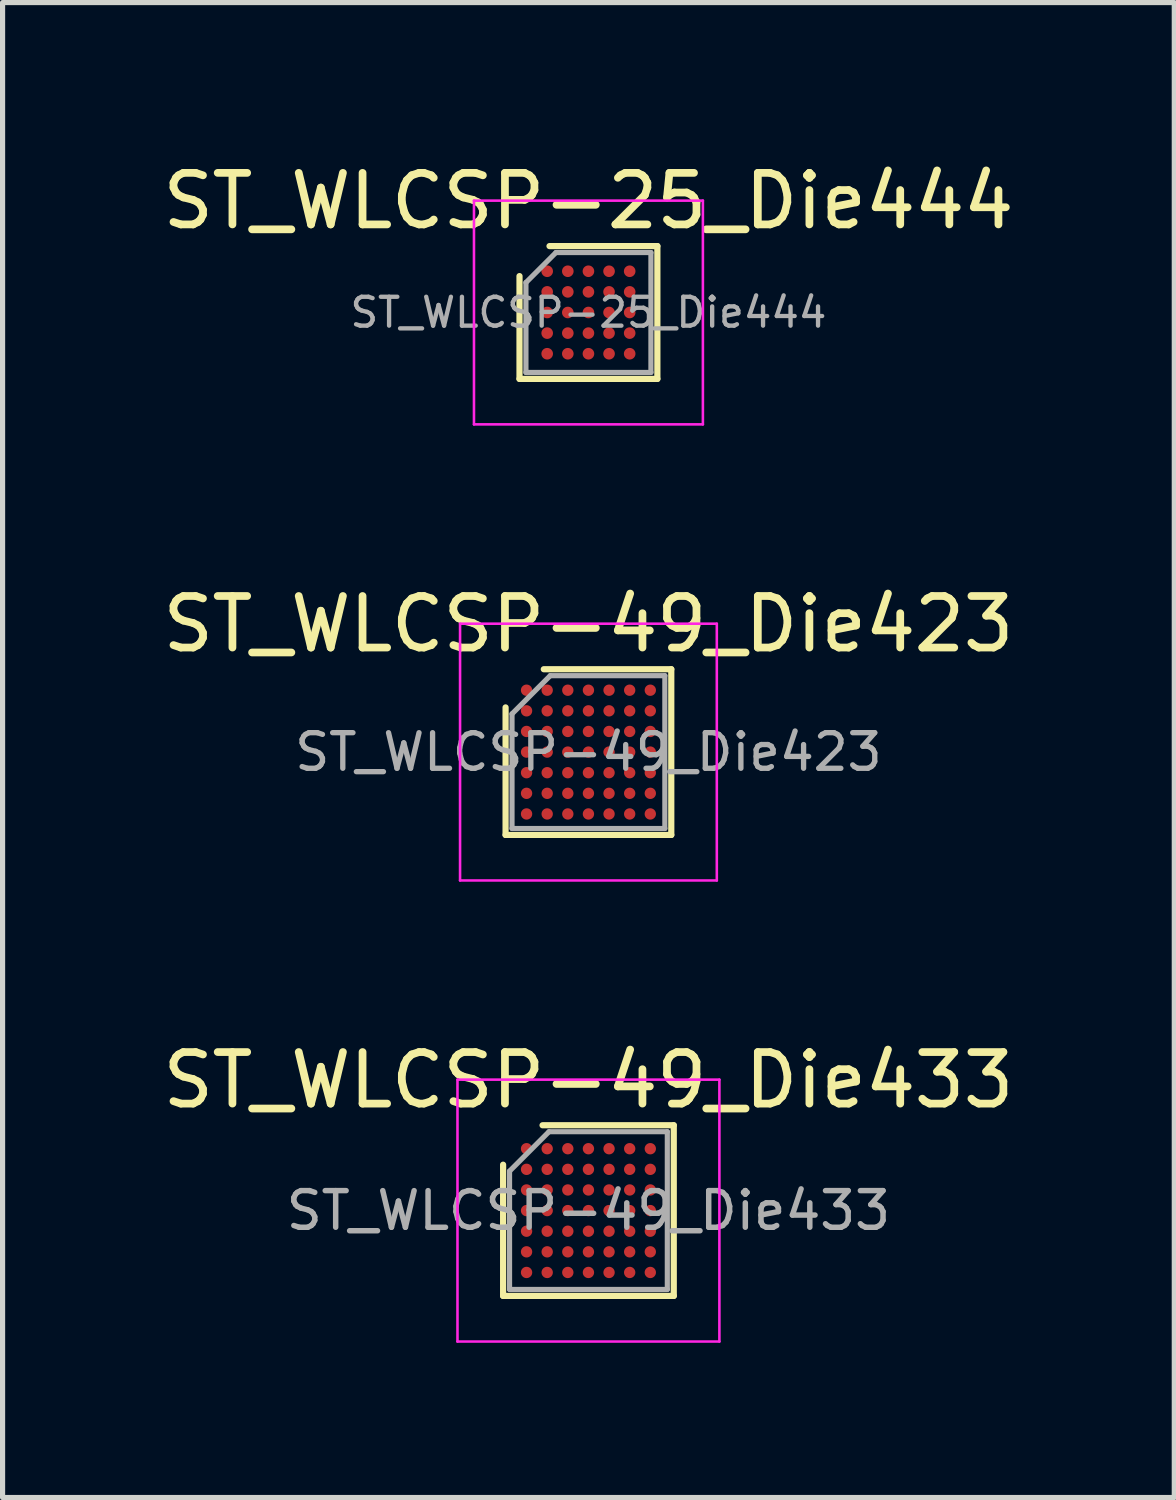
<source format=kicad_pcb>
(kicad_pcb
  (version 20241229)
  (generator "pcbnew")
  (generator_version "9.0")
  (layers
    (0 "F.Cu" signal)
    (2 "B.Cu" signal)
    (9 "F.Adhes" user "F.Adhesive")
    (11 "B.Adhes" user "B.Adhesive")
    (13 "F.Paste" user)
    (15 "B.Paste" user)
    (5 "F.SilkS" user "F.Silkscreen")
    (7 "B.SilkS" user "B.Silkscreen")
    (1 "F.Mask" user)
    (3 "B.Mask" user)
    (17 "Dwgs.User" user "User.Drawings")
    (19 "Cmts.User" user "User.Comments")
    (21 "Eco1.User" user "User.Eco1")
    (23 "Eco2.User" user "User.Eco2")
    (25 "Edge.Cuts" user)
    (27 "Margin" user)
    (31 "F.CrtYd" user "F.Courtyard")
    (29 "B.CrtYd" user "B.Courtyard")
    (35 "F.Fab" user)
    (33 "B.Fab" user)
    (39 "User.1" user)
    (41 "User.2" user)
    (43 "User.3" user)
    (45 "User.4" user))
  (footprint "ST_WLCSP-25_Die444"
    (layer "F.Cu")
    (at 8.363 3.011)
    (property "Reference" "ST_WLCSP-25_Die444" (at 0 -2.163 0) (layer "F.SilkS") (effects (font (size 1 1) (thickness 0.15))))
    (attr smd)
    (fp_line (start -1.337 1.288) (end -1.337 -0.706) (stroke (width 0.12) (type solid)) (layer "F.SilkS"))
    (fp_line (start -0.755 -1.288) (end 1.337 -1.288) (stroke (width 0.12) (type solid)) (layer "F.SilkS"))
    (fp_line (start 1.337 -1.288) (end 1.337 1.288) (stroke (width 0.12) (type solid)) (layer "F.SilkS"))
    (fp_line (start 1.337 1.288) (end -1.337 1.288) (stroke (width 0.12) (type solid)) (layer "F.SilkS"))
    (fp_line (start -2.22 -2.17) (end -2.22 2.17) (stroke (width 0.05) (type solid)) (layer "F.CrtYd"))
    (fp_line (start -2.22 2.17) (end 2.22 2.17) (stroke (width 0.05) (type solid)) (layer "F.CrtYd"))
    (fp_line (start 2.22 -2.17) (end -2.22 -2.17) (stroke (width 0.05) (type solid)) (layer "F.CrtYd"))
    (fp_line (start 2.22 2.17) (end 2.22 -2.17) (stroke (width 0.05) (type solid)) (layer "F.CrtYd"))
    (fp_line (start -1.212 -0.581) (end -0.63 -1.163) (stroke (width 0.1) (type solid)) (layer "F.Fab"))
    (fp_line (start -1.212 1.163) (end -1.212 -0.581) (stroke (width 0.1) (type solid)) (layer "F.Fab"))
    (fp_line (start -0.63 -1.163) (end 1.212 -1.163) (stroke (width 0.1) (type solid)) (layer "F.Fab"))
    (fp_line (start 1.212 -1.163) (end 1.212 1.163) (stroke (width 0.1) (type solid)) (layer "F.Fab"))
    (fp_line (start 1.212 1.163) (end -1.212 1.163) (stroke (width 0.1) (type solid)) (layer "F.Fab"))
    (fp_text user "${REFERENCE}" (at 0 0 0) (layer "F.Fab") (effects (font (size 0.56 0.56) (thickness 0.084))))
    (pad "A1" smd circle (at -0.8 -0.8) (size 0.225 0.225) (layers "F.Cu" "F.Mask" "F.Paste"))
    (pad "A2" smd circle (at -0.4 -0.8) (size 0.225 0.225) (layers "F.Cu" "F.Mask" "F.Paste"))
    (pad "A3" smd circle (at 0 -0.8) (size 0.225 0.225) (layers "F.Cu" "F.Mask" "F.Paste"))
    (pad "A4" smd circle (at 0.4 -0.8) (size 0.225 0.225) (layers "F.Cu" "F.Mask" "F.Paste"))
    (pad "A5" smd circle (at 0.8 -0.8) (size 0.225 0.225) (layers "F.Cu" "F.Mask" "F.Paste"))
    (pad "B1" smd circle (at -0.8 -0.4) (size 0.225 0.225) (layers "F.Cu" "F.Mask" "F.Paste"))
    (pad "B2" smd circle (at -0.4 -0.4) (size 0.225 0.225) (layers "F.Cu" "F.Mask" "F.Paste"))
    (pad "B3" smd circle (at 0 -0.4) (size 0.225 0.225) (layers "F.Cu" "F.Mask" "F.Paste"))
    (pad "B4" smd circle (at 0.4 -0.4) (size 0.225 0.225) (layers "F.Cu" "F.Mask" "F.Paste"))
    (pad "B5" smd circle (at 0.8 -0.4) (size 0.225 0.225) (layers "F.Cu" "F.Mask" "F.Paste"))
    (pad "C1" smd circle (at -0.8 0) (size 0.225 0.225) (layers "F.Cu" "F.Mask" "F.Paste"))
    (pad "C2" smd circle (at -0.4 0) (size 0.225 0.225) (layers "F.Cu" "F.Mask" "F.Paste"))
    (pad "C3" smd circle (at 0 0) (size 0.225 0.225) (layers "F.Cu" "F.Mask" "F.Paste"))
    (pad "C4" smd circle (at 0.4 0) (size 0.225 0.225) (layers "F.Cu" "F.Mask" "F.Paste"))
    (pad "C5" smd circle (at 0.8 0) (size 0.225 0.225) (layers "F.Cu" "F.Mask" "F.Paste"))
    (pad "D1" smd circle (at -0.8 0.4) (size 0.225 0.225) (layers "F.Cu" "F.Mask" "F.Paste"))
    (pad "D2" smd circle (at -0.4 0.4) (size 0.225 0.225) (layers "F.Cu" "F.Mask" "F.Paste"))
    (pad "D3" smd circle (at 0 0.4) (size 0.225 0.225) (layers "F.Cu" "F.Mask" "F.Paste"))
    (pad "D4" smd circle (at 0.4 0.4) (size 0.225 0.225) (layers "F.Cu" "F.Mask" "F.Paste"))
    (pad "D5" smd circle (at 0.8 0.4) (size 0.225 0.225) (layers "F.Cu" "F.Mask" "F.Paste"))
    (pad "E1" smd circle (at -0.8 0.8) (size 0.225 0.225) (layers "F.Cu" "F.Mask" "F.Paste"))
    (pad "E2" smd circle (at -0.4 0.8) (size 0.225 0.225) (layers "F.Cu" "F.Mask" "F.Paste"))
    (pad "E3" smd circle (at 0 0.8) (size 0.225 0.225) (layers "F.Cu" "F.Mask" "F.Paste"))
    (pad "E4" smd circle (at 0.4 0.8) (size 0.225 0.225) (layers "F.Cu" "F.Mask" "F.Paste"))
    (pad "E5" smd circle (at 0.8 0.8) (size 0.225 0.225) (layers "F.Cu" "F.Mask" "F.Paste")))
  (footprint "ST_WLCSP-49_Die433"
    (layer "F.Cu")
    (at 8.363 20.43)
    (property "Reference" "ST_WLCSP-49_Die433" (at 0 -2.53 0) (layer "F.SilkS") (effects (font (size 1 1) (thickness 0.15))))
    (attr smd)
    (fp_line (start -1.655 1.655) (end -1.655 -0.89) (stroke (width 0.12) (type solid)) (layer "F.SilkS"))
    (fp_line (start -0.89 -1.655) (end 1.655 -1.655) (stroke (width 0.12) (type solid)) (layer "F.SilkS"))
    (fp_line (start 1.655 -1.655) (end 1.655 1.655) (stroke (width 0.12) (type solid)) (layer "F.SilkS"))
    (fp_line (start 1.655 1.655) (end -1.655 1.655) (stroke (width 0.12) (type solid)) (layer "F.SilkS"))
    (fp_line (start -2.54 -2.54) (end -2.54 2.54) (stroke (width 0.05) (type solid)) (layer "F.CrtYd"))
    (fp_line (start -2.54 2.54) (end 2.54 2.54) (stroke (width 0.05) (type solid)) (layer "F.CrtYd"))
    (fp_line (start 2.54 -2.54) (end -2.54 -2.54) (stroke (width 0.05) (type solid)) (layer "F.CrtYd"))
    (fp_line (start 2.54 2.54) (end 2.54 -2.54) (stroke (width 0.05) (type solid)) (layer "F.CrtYd"))
    (fp_line (start -1.53 -0.765) (end -0.765 -1.53) (stroke (width 0.1) (type solid)) (layer "F.Fab"))
    (fp_line (start -1.53 1.53) (end -1.53 -0.765) (stroke (width 0.1) (type solid)) (layer "F.Fab"))
    (fp_line (start -0.765 -1.53) (end 1.53 -1.53) (stroke (width 0.1) (type solid)) (layer "F.Fab"))
    (fp_line (start 1.53 -1.53) (end 1.53 1.53) (stroke (width 0.1) (type solid)) (layer "F.Fab"))
    (fp_line (start 1.53 1.53) (end -1.53 1.53) (stroke (width 0.1) (type solid)) (layer "F.Fab"))
    (fp_text user "${REFERENCE}" (at 0 0 0) (layer "F.Fab") (effects (font (size 0.71 0.71) (thickness 0.106))))
    (pad "A1" smd circle (at -1.2 -1.2) (size 0.22 0.22) (layers "F.Cu" "F.Mask" "F.Paste"))
    (pad "A2" smd circle (at -0.8 -1.2) (size 0.22 0.22) (layers "F.Cu" "F.Mask" "F.Paste"))
    (pad "A3" smd circle (at -0.4 -1.2) (size 0.22 0.22) (layers "F.Cu" "F.Mask" "F.Paste"))
    (pad "A4" smd circle (at 0 -1.2) (size 0.22 0.22) (layers "F.Cu" "F.Mask" "F.Paste"))
    (pad "A5" smd circle (at 0.4 -1.2) (size 0.22 0.22) (layers "F.Cu" "F.Mask" "F.Paste"))
    (pad "A6" smd circle (at 0.8 -1.2) (size 0.22 0.22) (layers "F.Cu" "F.Mask" "F.Paste"))
    (pad "A7" smd circle (at 1.2 -1.2) (size 0.22 0.22) (layers "F.Cu" "F.Mask" "F.Paste"))
    (pad "B1" smd circle (at -1.2 -0.8) (size 0.22 0.22) (layers "F.Cu" "F.Mask" "F.Paste"))
    (pad "B2" smd circle (at -0.8 -0.8) (size 0.22 0.22) (layers "F.Cu" "F.Mask" "F.Paste"))
    (pad "B3" smd circle (at -0.4 -0.8) (size 0.22 0.22) (layers "F.Cu" "F.Mask" "F.Paste"))
    (pad "B4" smd circle (at 0 -0.8) (size 0.22 0.22) (layers "F.Cu" "F.Mask" "F.Paste"))
    (pad "B5" smd circle (at 0.4 -0.8) (size 0.22 0.22) (layers "F.Cu" "F.Mask" "F.Paste"))
    (pad "B6" smd circle (at 0.8 -0.8) (size 0.22 0.22) (layers "F.Cu" "F.Mask" "F.Paste"))
    (pad "B7" smd circle (at 1.2 -0.8) (size 0.22 0.22) (layers "F.Cu" "F.Mask" "F.Paste"))
    (pad "C1" smd circle (at -1.2 -0.4) (size 0.22 0.22) (layers "F.Cu" "F.Mask" "F.Paste"))
    (pad "C2" smd circle (at -0.8 -0.4) (size 0.22 0.22) (layers "F.Cu" "F.Mask" "F.Paste"))
    (pad "C3" smd circle (at -0.4 -0.4) (size 0.22 0.22) (layers "F.Cu" "F.Mask" "F.Paste"))
    (pad "C4" smd circle (at 0 -0.4) (size 0.22 0.22) (layers "F.Cu" "F.Mask" "F.Paste"))
    (pad "C5" smd circle (at 0.4 -0.4) (size 0.22 0.22) (layers "F.Cu" "F.Mask" "F.Paste"))
    (pad "C6" smd circle (at 0.8 -0.4) (size 0.22 0.22) (layers "F.Cu" "F.Mask" "F.Paste"))
    (pad "C7" smd circle (at 1.2 -0.4) (size 0.22 0.22) (layers "F.Cu" "F.Mask" "F.Paste"))
    (pad "D1" smd circle (at -1.2 0) (size 0.22 0.22) (layers "F.Cu" "F.Mask" "F.Paste"))
    (pad "D2" smd circle (at -0.8 0) (size 0.22 0.22) (layers "F.Cu" "F.Mask" "F.Paste"))
    (pad "D3" smd circle (at -0.4 0) (size 0.22 0.22) (layers "F.Cu" "F.Mask" "F.Paste"))
    (pad "D4" smd circle (at 0 0) (size 0.22 0.22) (layers "F.Cu" "F.Mask" "F.Paste"))
    (pad "D5" smd circle (at 0.4 0) (size 0.22 0.22) (layers "F.Cu" "F.Mask" "F.Paste"))
    (pad "D6" smd circle (at 0.8 0) (size 0.22 0.22) (layers "F.Cu" "F.Mask" "F.Paste"))
    (pad "D7" smd circle (at 1.2 0) (size 0.22 0.22) (layers "F.Cu" "F.Mask" "F.Paste"))
    (pad "E1" smd circle (at -1.2 0.4) (size 0.22 0.22) (layers "F.Cu" "F.Mask" "F.Paste"))
    (pad "E2" smd circle (at -0.8 0.4) (size 0.22 0.22) (layers "F.Cu" "F.Mask" "F.Paste"))
    (pad "E3" smd circle (at -0.4 0.4) (size 0.22 0.22) (layers "F.Cu" "F.Mask" "F.Paste"))
    (pad "E4" smd circle (at 0 0.4) (size 0.22 0.22) (layers "F.Cu" "F.Mask" "F.Paste"))
    (pad "E5" smd circle (at 0.4 0.4) (size 0.22 0.22) (layers "F.Cu" "F.Mask" "F.Paste"))
    (pad "E6" smd circle (at 0.8 0.4) (size 0.22 0.22) (layers "F.Cu" "F.Mask" "F.Paste"))
    (pad "E7" smd circle (at 1.2 0.4) (size 0.22 0.22) (layers "F.Cu" "F.Mask" "F.Paste"))
    (pad "F1" smd circle (at -1.2 0.8) (size 0.22 0.22) (layers "F.Cu" "F.Mask" "F.Paste"))
    (pad "F2" smd circle (at -0.8 0.8) (size 0.22 0.22) (layers "F.Cu" "F.Mask" "F.Paste"))
    (pad "F3" smd circle (at -0.4 0.8) (size 0.22 0.22) (layers "F.Cu" "F.Mask" "F.Paste"))
    (pad "F4" smd circle (at 0 0.8) (size 0.22 0.22) (layers "F.Cu" "F.Mask" "F.Paste"))
    (pad "F5" smd circle (at 0.4 0.8) (size 0.22 0.22) (layers "F.Cu" "F.Mask" "F.Paste"))
    (pad "F6" smd circle (at 0.8 0.8) (size 0.22 0.22) (layers "F.Cu" "F.Mask" "F.Paste"))
    (pad "F7" smd circle (at 1.2 0.8) (size 0.22 0.22) (layers "F.Cu" "F.Mask" "F.Paste"))
    (pad "G1" smd circle (at -1.2 1.2) (size 0.22 0.22) (layers "F.Cu" "F.Mask" "F.Paste"))
    (pad "G2" smd circle (at -0.8 1.2) (size 0.22 0.22) (layers "F.Cu" "F.Mask" "F.Paste"))
    (pad "G3" smd circle (at -0.4 1.2) (size 0.22 0.22) (layers "F.Cu" "F.Mask" "F.Paste"))
    (pad "G4" smd circle (at 0 1.2) (size 0.22 0.22) (layers "F.Cu" "F.Mask" "F.Paste"))
    (pad "G5" smd circle (at 0.4 1.2) (size 0.22 0.22) (layers "F.Cu" "F.Mask" "F.Paste"))
    (pad "G6" smd circle (at 0.8 1.2) (size 0.22 0.22) (layers "F.Cu" "F.Mask" "F.Paste"))
    (pad "G7" smd circle (at 1.2 1.2) (size 0.22 0.22) (layers "F.Cu" "F.Mask" "F.Paste")))
  (footprint "ST_WLCSP-49_Die423"
    (layer "F.Cu")
    (at 8.363 11.537)
    (property "Reference" "ST_WLCSP-49_Die423" (at 0 -2.482 0) (layer "F.SilkS") (effects (font (size 1 1) (thickness 0.15))))
    (attr smd)
    (fp_line (start -1.607 1.607) (end -1.607 -0.866) (stroke (width 0.12) (type solid)) (layer "F.SilkS"))
    (fp_line (start -0.866 -1.607) (end 1.607 -1.607) (stroke (width 0.12) (type solid)) (layer "F.SilkS"))
    (fp_line (start 1.607 -1.607) (end 1.607 1.607) (stroke (width 0.12) (type solid)) (layer "F.SilkS"))
    (fp_line (start 1.607 1.607) (end -1.607 1.607) (stroke (width 0.12) (type solid)) (layer "F.SilkS"))
    (fp_line (start -2.49 -2.49) (end -2.49 2.49) (stroke (width 0.05) (type solid)) (layer "F.CrtYd"))
    (fp_line (start -2.49 2.49) (end 2.49 2.49) (stroke (width 0.05) (type solid)) (layer "F.CrtYd"))
    (fp_line (start 2.49 -2.49) (end -2.49 -2.49) (stroke (width 0.05) (type solid)) (layer "F.CrtYd"))
    (fp_line (start 2.49 2.49) (end 2.49 -2.49) (stroke (width 0.05) (type solid)) (layer "F.CrtYd"))
    (fp_line (start -1.482 -0.741) (end -0.741 -1.482) (stroke (width 0.1) (type solid)) (layer "F.Fab"))
    (fp_line (start -1.482 1.482) (end -1.482 -0.741) (stroke (width 0.1) (type solid)) (layer "F.Fab"))
    (fp_line (start -0.741 -1.482) (end 1.482 -1.482) (stroke (width 0.1) (type solid)) (layer "F.Fab"))
    (fp_line (start 1.482 -1.482) (end 1.482 1.482) (stroke (width 0.1) (type solid)) (layer "F.Fab"))
    (fp_line (start 1.482 1.482) (end -1.482 1.482) (stroke (width 0.1) (type solid)) (layer "F.Fab"))
    (fp_text user "${REFERENCE}" (at 0 0 0) (layer "F.Fab") (effects (font (size 0.69 0.69) (thickness 0.103))))
    (pad "A1" smd circle (at -1.2 -1.2) (size 0.22 0.22) (layers "F.Cu" "F.Mask" "F.Paste"))
    (pad "A2" smd circle (at -0.8 -1.2) (size 0.22 0.22) (layers "F.Cu" "F.Mask" "F.Paste"))
    (pad "A3" smd circle (at -0.4 -1.2) (size 0.22 0.22) (layers "F.Cu" "F.Mask" "F.Paste"))
    (pad "A4" smd circle (at 0 -1.2) (size 0.22 0.22) (layers "F.Cu" "F.Mask" "F.Paste"))
    (pad "A5" smd circle (at 0.4 -1.2) (size 0.22 0.22) (layers "F.Cu" "F.Mask" "F.Paste"))
    (pad "A6" smd circle (at 0.8 -1.2) (size 0.22 0.22) (layers "F.Cu" "F.Mask" "F.Paste"))
    (pad "A7" smd circle (at 1.2 -1.2) (size 0.22 0.22) (layers "F.Cu" "F.Mask" "F.Paste"))
    (pad "B1" smd circle (at -1.2 -0.8) (size 0.22 0.22) (layers "F.Cu" "F.Mask" "F.Paste"))
    (pad "B2" smd circle (at -0.8 -0.8) (size 0.22 0.22) (layers "F.Cu" "F.Mask" "F.Paste"))
    (pad "B3" smd circle (at -0.4 -0.8) (size 0.22 0.22) (layers "F.Cu" "F.Mask" "F.Paste"))
    (pad "B4" smd circle (at 0 -0.8) (size 0.22 0.22) (layers "F.Cu" "F.Mask" "F.Paste"))
    (pad "B5" smd circle (at 0.4 -0.8) (size 0.22 0.22) (layers "F.Cu" "F.Mask" "F.Paste"))
    (pad "B6" smd circle (at 0.8 -0.8) (size 0.22 0.22) (layers "F.Cu" "F.Mask" "F.Paste"))
    (pad "B7" smd circle (at 1.2 -0.8) (size 0.22 0.22) (layers "F.Cu" "F.Mask" "F.Paste"))
    (pad "C1" smd circle (at -1.2 -0.4) (size 0.22 0.22) (layers "F.Cu" "F.Mask" "F.Paste"))
    (pad "C2" smd circle (at -0.8 -0.4) (size 0.22 0.22) (layers "F.Cu" "F.Mask" "F.Paste"))
    (pad "C3" smd circle (at -0.4 -0.4) (size 0.22 0.22) (layers "F.Cu" "F.Mask" "F.Paste"))
    (pad "C4" smd circle (at 0 -0.4) (size 0.22 0.22) (layers "F.Cu" "F.Mask" "F.Paste"))
    (pad "C5" smd circle (at 0.4 -0.4) (size 0.22 0.22) (layers "F.Cu" "F.Mask" "F.Paste"))
    (pad "C6" smd circle (at 0.8 -0.4) (size 0.22 0.22) (layers "F.Cu" "F.Mask" "F.Paste"))
    (pad "C7" smd circle (at 1.2 -0.4) (size 0.22 0.22) (layers "F.Cu" "F.Mask" "F.Paste"))
    (pad "D1" smd circle (at -1.2 0) (size 0.22 0.22) (layers "F.Cu" "F.Mask" "F.Paste"))
    (pad "D2" smd circle (at -0.8 0) (size 0.22 0.22) (layers "F.Cu" "F.Mask" "F.Paste"))
    (pad "D3" smd circle (at -0.4 0) (size 0.22 0.22) (layers "F.Cu" "F.Mask" "F.Paste"))
    (pad "D4" smd circle (at 0 0) (size 0.22 0.22) (layers "F.Cu" "F.Mask" "F.Paste"))
    (pad "D5" smd circle (at 0.4 0) (size 0.22 0.22) (layers "F.Cu" "F.Mask" "F.Paste"))
    (pad "D6" smd circle (at 0.8 0) (size 0.22 0.22) (layers "F.Cu" "F.Mask" "F.Paste"))
    (pad "D7" smd circle (at 1.2 0) (size 0.22 0.22) (layers "F.Cu" "F.Mask" "F.Paste"))
    (pad "E1" smd circle (at -1.2 0.4) (size 0.22 0.22) (layers "F.Cu" "F.Mask" "F.Paste"))
    (pad "E2" smd circle (at -0.8 0.4) (size 0.22 0.22) (layers "F.Cu" "F.Mask" "F.Paste"))
    (pad "E3" smd circle (at -0.4 0.4) (size 0.22 0.22) (layers "F.Cu" "F.Mask" "F.Paste"))
    (pad "E4" smd circle (at 0 0.4) (size 0.22 0.22) (layers "F.Cu" "F.Mask" "F.Paste"))
    (pad "E5" smd circle (at 0.4 0.4) (size 0.22 0.22) (layers "F.Cu" "F.Mask" "F.Paste"))
    (pad "E6" smd circle (at 0.8 0.4) (size 0.22 0.22) (layers "F.Cu" "F.Mask" "F.Paste"))
    (pad "E7" smd circle (at 1.2 0.4) (size 0.22 0.22) (layers "F.Cu" "F.Mask" "F.Paste"))
    (pad "F1" smd circle (at -1.2 0.8) (size 0.22 0.22) (layers "F.Cu" "F.Mask" "F.Paste"))
    (pad "F2" smd circle (at -0.8 0.8) (size 0.22 0.22) (layers "F.Cu" "F.Mask" "F.Paste"))
    (pad "F3" smd circle (at -0.4 0.8) (size 0.22 0.22) (layers "F.Cu" "F.Mask" "F.Paste"))
    (pad "F4" smd circle (at 0 0.8) (size 0.22 0.22) (layers "F.Cu" "F.Mask" "F.Paste"))
    (pad "F5" smd circle (at 0.4 0.8) (size 0.22 0.22) (layers "F.Cu" "F.Mask" "F.Paste"))
    (pad "F6" smd circle (at 0.8 0.8) (size 0.22 0.22) (layers "F.Cu" "F.Mask" "F.Paste"))
    (pad "F7" smd circle (at 1.2 0.8) (size 0.22 0.22) (layers "F.Cu" "F.Mask" "F.Paste"))
    (pad "G1" smd circle (at -1.2 1.2) (size 0.22 0.22) (layers "F.Cu" "F.Mask" "F.Paste"))
    (pad "G2" smd circle (at -0.8 1.2) (size 0.22 0.22) (layers "F.Cu" "F.Mask" "F.Paste"))
    (pad "G3" smd circle (at -0.4 1.2) (size 0.22 0.22) (layers "F.Cu" "F.Mask" "F.Paste"))
    (pad "G4" smd circle (at 0 1.2) (size 0.22 0.22) (layers "F.Cu" "F.Mask" "F.Paste"))
    (pad "G5" smd circle (at 0.4 1.2) (size 0.22 0.22) (layers "F.Cu" "F.Mask" "F.Paste"))
    (pad "G6" smd circle (at 0.8 1.2) (size 0.22 0.22) (layers "F.Cu" "F.Mask" "F.Paste"))
    (pad "G7" smd circle (at 1.2 1.2) (size 0.22 0.22) (layers "F.Cu" "F.Mask" "F.Paste")))
  (gr_rect
    (start -3 -3)
    (end 19.726 25.995)
    (stroke (width 0.1) (type default))
    (fill no)
    (layer "Edge.Cuts")))
</source>
